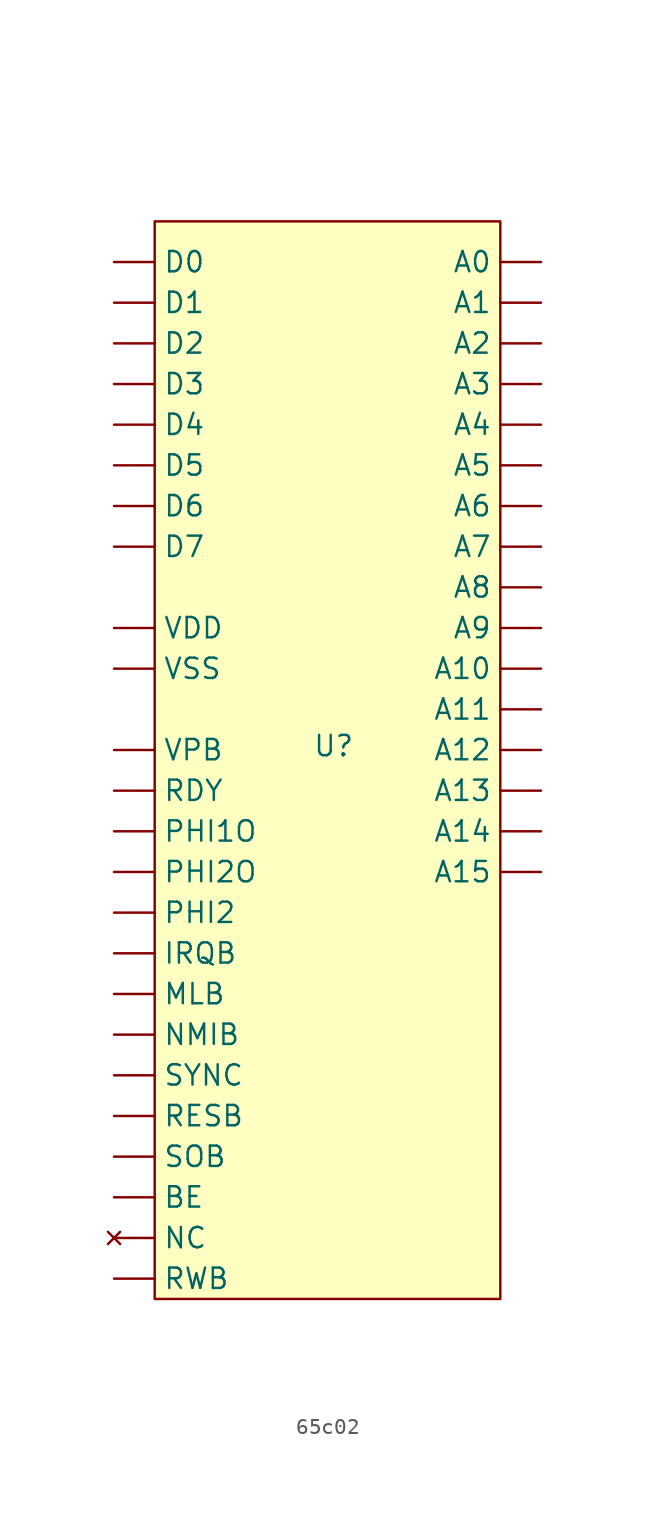
<source format=kicad_sym>
(kicad_symbol_lib
  (version 20241209)
  (generator "kicad_symbol_editor")
  (generator_version "9.0")
  (symbol "65c02"
    (property "Reference" "U"
      (at 3.556 -35.306 0)
      (effects (font (size 1.27 1.27))))
    (property "Value" ""
      (at 0 0 0)
      (effects (font (size 1.27 1.27))))
    (symbol "65c02_1_1"
      (rectangle (start -7.62 -2.54) (end 13.97 -69.85) (stroke (width 0) (type solid)) (fill (type background)))
      (pin bidirectional line (at -10.16 -5.08 0) (length 2.54) (name "D0" (effects (font (size 1.27 1.27)))) (number "" (effects (font (size 1.27 1.27)))))
      (pin bidirectional line (at -10.16 -7.62 0) (length 2.54) (name "D1" (effects (font (size 1.27 1.27)))) (number "" (effects (font (size 1.27 1.27)))))
      (pin bidirectional line (at -10.16 -10.16 0) (length 2.54) (name "D2" (effects (font (size 1.27 1.27)))) (number "" (effects (font (size 1.27 1.27)))))
      (pin bidirectional line (at -10.16 -12.7 0) (length 2.54) (name "D3" (effects (font (size 1.27 1.27)))) (number "" (effects (font (size 1.27 1.27)))))
      (pin bidirectional line (at -10.16 -15.24 0) (length 2.54) (name "D4" (effects (font (size 1.27 1.27)))) (number "" (effects (font (size 1.27 1.27)))))
      (pin bidirectional line (at -10.16 -17.78 0) (length 2.54) (name "D5" (effects (font (size 1.27 1.27)))) (number "" (effects (font (size 1.27 1.27)))))
      (pin bidirectional line (at -10.16 -20.32 0) (length 2.54) (name "D6" (effects (font (size 1.27 1.27)))) (number "" (effects (font (size 1.27 1.27)))))
      (pin bidirectional line (at -10.16 -22.86 0) (length 2.54) (name "D7" (effects (font (size 1.27 1.27)))) (number "" (effects (font (size 1.27 1.27)))))
      (pin power_in line (at -10.16 -27.94 0) (length 2.54) (name "VDD" (effects (font (size 1.27 1.27)))) (number "" (effects (font (size 1.27 1.27)))))
      (pin power_in line (at -10.16 -30.48 0) (length 2.54) (name "VSS" (effects (font (size 1.27 1.27)))) (number "" (effects (font (size 1.27 1.27)))))
      (pin output line (at -10.16 -35.56 0) (length 2.54) (name "VPB" (effects (font (size 1.27 1.27)))) (number "" (effects (font (size 1.27 1.27)))))
      (pin input line (at -10.16 -38.1 0) (length 2.54) (name "RDY" (effects (font (size 1.27 1.27)))) (number "" (effects (font (size 1.27 1.27)))))
      (pin output line (at -10.16 -40.64 0) (length 2.54) (name "PHI1O" (effects (font (size 1.27 1.27)))) (number "" (effects (font (size 1.27 1.27)))))
      (pin output line (at -10.16 -43.18 0) (length 2.54) (name "PHI2O" (effects (font (size 1.27 1.27)))) (number "" (effects (font (size 1.27 1.27)))))
      (pin input line (at -10.16 -45.72 0) (length 2.54) (name "PHI2" (effects (font (size 1.27 1.27)))) (number "" (effects (font (size 1.27 1.27)))))
      (pin input line (at -10.16 -48.26 0) (length 2.54) (name "IRQB" (effects (font (size 1.27 1.27)))) (number "" (effects (font (size 1.27 1.27)))))
      (pin output line (at -10.16 -50.8 0) (length 2.54) (name "MLB" (effects (font (size 1.27 1.27)))) (number "" (effects (font (size 1.27 1.27)))))
      (pin input line (at -10.16 -53.34 0) (length 2.54) (name "NMIB" (effects (font (size 1.27 1.27)))) (number "" (effects (font (size 1.27 1.27)))))
      (pin output line (at -10.16 -55.88 0) (length 2.54) (name "SYNC" (effects (font (size 1.27 1.27)))) (number "" (effects (font (size 1.27 1.27)))))
      (pin input line (at -10.16 -58.42 0) (length 2.54) (name "RESB" (effects (font (size 1.27 1.27)))) (number "" (effects (font (size 1.27 1.27)))))
      (pin input line (at -10.16 -60.96 0) (length 2.54) (name "SOB" (effects (font (size 1.27 1.27)))) (number "" (effects (font (size 1.27 1.27)))))
      (pin input line (at -10.16 -63.5 0) (length 2.54) (name "BE" (effects (font (size 1.27 1.27)))) (number "" (effects (font (size 1.27 1.27)))))
      (pin no_connect line (at -10.16 -66.04 0) (length 2.54) (name "NC" (effects (font (size 1.27 1.27)))) (number "" (effects (font (size 1.27 1.27)))))
      (pin output line (at -10.16 -68.58 0) (length 2.54) (name "RWB" (effects (font (size 1.27 1.27)))) (number "" (effects (font (size 1.27 1.27)))))
      (pin output line (at 16.51 -5.08 180) (length 2.54) (name "A0" (effects (font (size 1.27 1.27)))) (number "" (effects (font (size 1.27 1.27)))))
      (pin output line (at 16.51 -7.62 180) (length 2.54) (name "A1" (effects (font (size 1.27 1.27)))) (number "" (effects (font (size 1.27 1.27)))))
      (pin output line (at 16.51 -10.16 180) (length 2.54) (name "A2" (effects (font (size 1.27 1.27)))) (number "" (effects (font (size 1.27 1.27)))))
      (pin output line (at 16.51 -12.7 180) (length 2.54) (name "A3" (effects (font (size 1.27 1.27)))) (number "" (effects (font (size 1.27 1.27)))))
      (pin output line (at 16.51 -15.24 180) (length 2.54) (name "A4" (effects (font (size 1.27 1.27)))) (number "" (effects (font (size 1.27 1.27)))))
      (pin output line (at 16.51 -17.78 180) (length 2.54) (name "A5" (effects (font (size 1.27 1.27)))) (number "" (effects (font (size 1.27 1.27)))))
      (pin output line (at 16.51 -20.32 180) (length 2.54) (name "A6" (effects (font (size 1.27 1.27)))) (number "" (effects (font (size 1.27 1.27)))))
      (pin output line (at 16.51 -22.86 180) (length 2.54) (name "A7" (effects (font (size 1.27 1.27)))) (number "" (effects (font (size 1.27 1.27)))))
      (pin output line (at 16.51 -25.4 180) (length 2.54) (name "A8" (effects (font (size 1.27 1.27)))) (number "" (effects (font (size 1.27 1.27)))))
      (pin output line (at 16.51 -27.94 180) (length 2.54) (name "A9" (effects (font (size 1.27 1.27)))) (number "" (effects (font (size 1.27 1.27)))))
      (pin output line (at 16.51 -30.48 180) (length 2.54) (name "A10" (effects (font (size 1.27 1.27)))) (number "" (effects (font (size 1.27 1.27)))))
      (pin output line (at 16.51 -33.02 180) (length 2.54) (name "A11" (effects (font (size 1.27 1.27)))) (number "" (effects (font (size 1.27 1.27)))))
      (pin output line (at 16.51 -35.56 180) (length 2.54) (name "A12" (effects (font (size 1.27 1.27)))) (number "" (effects (font (size 1.27 1.27)))))
      (pin output line (at 16.51 -38.1 180) (length 2.54) (name "A13" (effects (font (size 1.27 1.27)))) (number "" (effects (font (size 1.27 1.27)))))
      (pin output line (at 16.51 -40.64 180) (length 2.54) (name "A14" (effects (font (size 1.27 1.27)))) (number "" (effects (font (size 1.27 1.27)))))
      (pin output line (at 16.51 -43.18 180) (length 2.54) (name "A15" (effects (font (size 1.27 1.27)))) (number "" (effects (font (size 1.27 1.27))))))))
</source>
